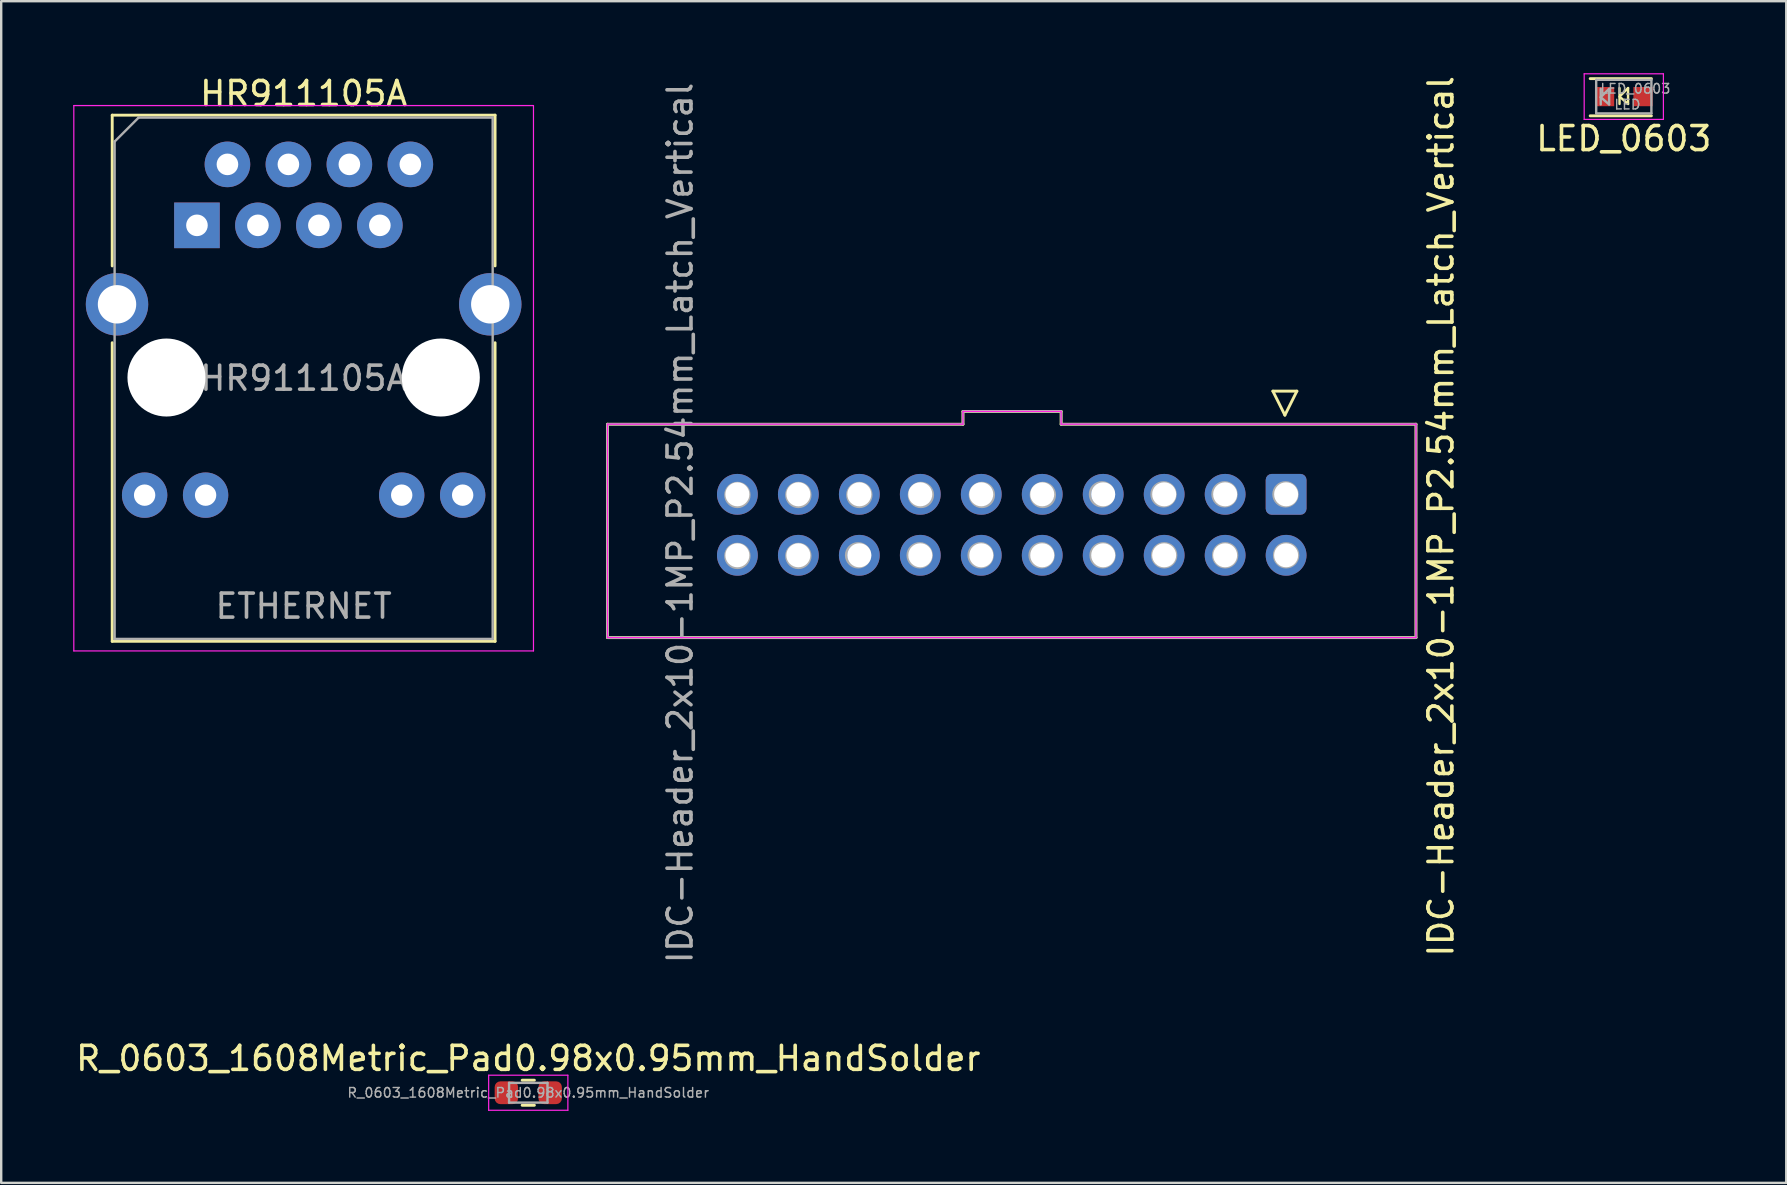
<source format=kicad_pcb>
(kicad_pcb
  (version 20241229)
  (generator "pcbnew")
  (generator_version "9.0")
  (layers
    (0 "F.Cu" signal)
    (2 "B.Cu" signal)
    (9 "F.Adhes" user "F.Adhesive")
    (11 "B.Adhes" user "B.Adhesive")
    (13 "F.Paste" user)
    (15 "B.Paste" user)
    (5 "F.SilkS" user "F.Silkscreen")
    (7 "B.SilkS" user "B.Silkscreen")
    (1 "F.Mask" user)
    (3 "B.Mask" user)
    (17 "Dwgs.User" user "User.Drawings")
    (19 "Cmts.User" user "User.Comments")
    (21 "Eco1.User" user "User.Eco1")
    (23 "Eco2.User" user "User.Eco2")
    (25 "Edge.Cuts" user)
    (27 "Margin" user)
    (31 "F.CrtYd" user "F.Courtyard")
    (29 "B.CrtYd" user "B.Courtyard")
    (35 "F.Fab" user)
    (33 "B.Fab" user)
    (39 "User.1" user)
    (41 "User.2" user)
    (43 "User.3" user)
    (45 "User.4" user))
  (footprint "LED_0603"
    (layer "F.Cu")
    (at 64.598 0.975)
    (property "Reference" "LED_0603" (at 0 1.75 0) (layer "F.SilkS") (effects (font (size 1 1) (thickness 0.15))))
    (attr smd)
    (fp_line (start -1.4 0.8) (end 1.15 0.8) (stroke (width 0.12) (type solid)) (layer "F.SilkS"))
    (fp_line (start -0.178 -0.356) (end -0.178 0.305) (stroke (width 0.1) (type solid)) (layer "F.SilkS"))
    (fp_line (start 0.178 -0.356) (end -0.152 -0.025) (stroke (width 0.1) (type solid)) (layer "F.SilkS"))
    (fp_line (start 0.178 -0.356) (end 0.178 0.305) (stroke (width 0.1) (type solid)) (layer "F.SilkS"))
    (fp_line (start 0.178 0.305) (end -0.178 0) (stroke (width 0.1) (type solid)) (layer "F.SilkS"))
    (fp_line (start 1.15 -0.75) (end -1.4 -0.75) (stroke (width 0.12) (type solid)) (layer "F.SilkS"))
    (fp_line (start -1.65 -0.95) (end 1.65 -0.95) (stroke (width 0.05) (type solid)) (layer "F.CrtYd"))
    (fp_line (start -1.65 0.95) (end -1.65 -0.95) (stroke (width 0.05) (type solid)) (layer "F.CrtYd"))
    (fp_line (start 1.65 -0.95) (end 1.65 0.95) (stroke (width 0.05) (type solid)) (layer "F.CrtYd"))
    (fp_line (start 1.65 0.95) (end -1.65 0.95) (stroke (width 0.05) (type solid)) (layer "F.CrtYd"))
    (fp_line (start -1.15 -0.7) (end 1.15 -0.7) (stroke (width 0.1) (type solid)) (layer "F.Fab"))
    (fp_line (start -1.15 0.7) (end -1.15 -0.7) (stroke (width 0.1) (type solid)) (layer "F.Fab"))
    (fp_line (start -0.961 -0.325) (end -0.961 0.325) (stroke (width 0.1) (type solid)) (layer "F.Fab"))
    (fp_line (start -0.961 0.025) (end -0.611 0.325) (stroke (width 0.1) (type solid)) (layer "F.Fab"))
    (fp_line (start -0.611 -0.325) (end -0.961 0.025) (stroke (width 0.1) (type solid)) (layer "F.Fab"))
    (fp_line (start -0.611 0.325) (end -0.611 -0.325) (stroke (width 0.1) (type solid)) (layer "F.Fab"))
    (fp_line (start 1.15 -0.7) (end 1.15 0.7) (stroke (width 0.1) (type solid)) (layer "F.Fab"))
    (fp_line (start 1.15 0.7) (end -1.15 0.7) (stroke (width 0.1) (type solid)) (layer "F.Fab"))
    (fp_text user "LED" (at 0.152 0.33 0) (layer "F.Fab") (effects (font (size 0.4 0.4) (thickness 0.06))))
    (fp_text user "${REFERENCE}" (at 0.483 -0.33 0) (layer "F.Fab") (effects (font (size 0.4 0.4) (thickness 0.06))))
    (pad "1" smd rect (at -0.8 0 180) (size 0.8 0.8) (layers "F.Cu" "F.Mask" "F.Paste"))
    (pad "2" smd rect (at 0.8 0 180) (size 0.8 0.8) (layers "F.Cu" "F.Mask" "F.Paste")))
  (footprint "HR911105A"
    (layer "F.Cu")
    (at 9.6 12.678)
    (property "Reference" "HR911105A" (at 0 -11.83 0) (layer "F.SilkS") (effects (font (size 1 1) (thickness 0.15))))
    (attr through_hole)
    (fp_line (start -7.975 -10.93) (end 7.975 -10.93) (stroke (width 0.12) (type solid)) (layer "F.SilkS"))
    (fp_line (start -7.975 -4.65) (end -7.975 -10.93) (stroke (width 0.12) (type solid)) (layer "F.SilkS"))
    (fp_line (start -7.975 10.99) (end -7.975 -1.45) (stroke (width 0.12) (type solid)) (layer "F.SilkS"))
    (fp_line (start 7.975 -10.93) (end 7.975 -4.65) (stroke (width 0.12) (type solid)) (layer "F.SilkS"))
    (fp_line (start 7.975 -1.45) (end 7.975 10.99) (stroke (width 0.12) (type solid)) (layer "F.SilkS"))
    (fp_line (start 7.975 10.99) (end -7.975 10.99) (stroke (width 0.12) (type solid)) (layer "F.SilkS"))
    (fp_line (start -9.575 -11.33) (end -9.575 11.39) (stroke (width 0.05) (type solid)) (layer "F.CrtYd"))
    (fp_line (start -9.575 11.39) (end 9.575 11.39) (stroke (width 0.05) (type solid)) (layer "F.CrtYd"))
    (fp_line (start 9.575 -11.33) (end -9.575 -11.33) (stroke (width 0.05) (type solid)) (layer "F.CrtYd"))
    (fp_line (start 9.575 11.39) (end 9.575 -11.33) (stroke (width 0.05) (type solid)) (layer "F.CrtYd"))
    (fp_line (start -7.875 -9.83) (end -6.875 -10.83) (stroke (width 0.1) (type solid)) (layer "F.Fab"))
    (fp_line (start -7.875 10.89) (end -7.875 -9.83) (stroke (width 0.1) (type solid)) (layer "F.Fab"))
    (fp_line (start -6.875 -10.83) (end 7.875 -10.83) (stroke (width 0.1) (type solid)) (layer "F.Fab"))
    (fp_line (start 7.875 -10.83) (end 7.875 10.89) (stroke (width 0.1) (type solid)) (layer "F.Fab"))
    (fp_line (start 7.875 10.89) (end -7.875 10.89) (stroke (width 0.1) (type solid)) (layer "F.Fab"))
    (fp_text user "${REFERENCE}" (at 0 0.03 0) (layer "F.Fab") (effects (font (size 1 1) (thickness 0.15))))
    (fp_text user "ETHERNET" (at 0 9.525 0) (layer "F.Fab") (effects (font (size 1 1) (thickness 0.15))))
    (pad "" np_thru_hole circle (at -5.715 0) (size 3.25 3.25) (drill 3.25) (layers "*.Cu" "*.Mask"))
    (pad "" np_thru_hole circle (at 5.715 0) (size 3.25 3.25) (drill 3.25) (layers "*.Cu" "*.Mask"))
    (pad "1" thru_hole rect (at -4.445 -6.34) (size 1.9 1.9) (drill 0.9) (layers "*.Cu" "*.Mask"))
    (pad "2" thru_hole circle (at -3.175 -8.88) (size 1.9 1.9) (drill 0.9) (layers "*.Cu" "*.Mask"))
    (pad "3" thru_hole circle (at -1.905 -6.34) (size 1.9 1.9) (drill 0.9) (layers "*.Cu" "*.Mask"))
    (pad "4" thru_hole circle (at -0.635 -8.88) (size 1.9 1.9) (drill 0.9) (layers "*.Cu" "*.Mask"))
    (pad "5" thru_hole circle (at 0.635 -6.34) (size 1.9 1.9) (drill 0.9) (layers "*.Cu" "*.Mask"))
    (pad "6" thru_hole circle (at 1.905 -8.88) (size 1.9 1.9) (drill 0.9) (layers "*.Cu" "*.Mask"))
    (pad "7" thru_hole circle (at 3.175 -6.34) (size 1.9 1.9) (drill 0.9) (layers "*.Cu" "*.Mask"))
    (pad "8" thru_hole circle (at -7.775 -3.05) (size 2.6 2.6) (drill 1.6) (layers "*.Cu" "*.Mask"))
    (pad "8" thru_hole circle (at 4.445 -8.88) (size 1.9 1.9) (drill 0.9) (layers "*.Cu" "*.Mask"))
    (pad "8" thru_hole circle (at 7.775 -3.05) (size 2.6 2.6) (drill 1.6) (layers "*.Cu" "*.Mask"))
    (pad "9" thru_hole circle (at -6.625 4.9) (size 1.89 1.89) (drill 0.89) (layers "*.Cu" "*.Mask"))
    (pad "10" thru_hole circle (at -4.085 4.9) (size 1.89 1.89) (drill 0.89) (layers "*.Cu" "*.Mask"))
    (pad "11" thru_hole circle (at 4.085 4.9) (size 1.89 1.89) (drill 0.89) (layers "*.Cu" "*.Mask"))
    (pad "12" thru_hole circle (at 6.625 4.9) (size 1.89 1.89) (drill 0.89) (layers "*.Cu" "*.Mask")))
  (footprint "IDC-Header_2x10-1MP_P2.54mm_Latch_Vertical"
    (layer "F.Cu")
    (at 39.049 18.662)
    (property "Reference" "IDC-Header_2x10-1MP_P2.54mm_Latch_Vertical" (at 17.932 -0.203 270) (layer "F.SilkS") (effects (font (size 1 1) (thickness 0.15))))
    (attr through_hole)
    (fp_line (start -16.789 -4.039) (end -16.789 4.851) (stroke (width 0.12) (type solid)) (layer "F.SilkS"))
    (fp_line (start -16.789 4.851) (end 16.891 4.851) (stroke (width 0.12) (type solid)) (layer "F.SilkS"))
    (fp_line (start -1.981 -4.572) (end 2.108 -4.572) (stroke (width 0.12) (type solid)) (layer "F.SilkS"))
    (fp_line (start -1.981 -4.039) (end -16.789 -4.039) (stroke (width 0.12) (type solid)) (layer "F.SilkS"))
    (fp_line (start -1.981 -4.039) (end -1.981 -4.572) (stroke (width 0.12) (type solid)) (layer "F.SilkS"))
    (fp_line (start 2.108 -4.039) (end 2.108 -4.572) (stroke (width 0.12) (type solid)) (layer "F.SilkS"))
    (fp_line (start 10.93 -5.417) (end 11.43 -4.417) (stroke (width 0.12) (type solid)) (layer "F.SilkS"))
    (fp_line (start 11.43 -4.417) (end 11.93 -5.417) (stroke (width 0.12) (type solid)) (layer "F.SilkS"))
    (fp_line (start 11.93 -5.417) (end 10.93 -5.417) (stroke (width 0.12) (type solid)) (layer "F.SilkS"))
    (fp_line (start 16.891 -4.039) (end 2.108 -4.039) (stroke (width 0.12) (type solid)) (layer "F.SilkS"))
    (fp_line (start 16.891 4.851) (end 16.891 -4.039) (stroke (width 0.12) (type solid)) (layer "F.SilkS"))
    (fp_line (start -16.789 -4.039) (end -1.981 -4.039) (stroke (width 0.05) (type solid)) (layer "F.CrtYd"))
    (fp_line (start -16.789 4.851) (end -16.789 -4.039) (stroke (width 0.05) (type solid)) (layer "F.CrtYd"))
    (fp_line (start -1.981 -4.572) (end 2.108 -4.572) (stroke (width 0.05) (type solid)) (layer "F.CrtYd"))
    (fp_line (start -1.981 -4.039) (end -1.981 -4.572) (stroke (width 0.05) (type solid)) (layer "F.CrtYd"))
    (fp_line (start 2.108 -4.572) (end 2.108 -4.039) (stroke (width 0.05) (type solid)) (layer "F.CrtYd"))
    (fp_line (start 2.108 -4.039) (end 16.891 -4.039) (stroke (width 0.05) (type solid)) (layer "F.CrtYd"))
    (fp_line (start 16.891 -4.039) (end 16.891 4.851) (stroke (width 0.05) (type solid)) (layer "F.CrtYd"))
    (fp_line (start 16.891 4.851) (end -16.789 4.851) (stroke (width 0.05) (type solid)) (layer "F.CrtYd"))
    (fp_line (start -16.789 -4.039) (end -1.981 -4.039) (stroke (width 0.1) (type solid)) (layer "F.Fab"))
    (fp_line (start -16.789 4.851) (end -16.789 -4.039) (stroke (width 0.1) (type solid)) (layer "F.Fab"))
    (fp_line (start -1.981 -4.572) (end 2.108 -4.572) (stroke (width 0.1) (type solid)) (layer "F.Fab"))
    (fp_line (start -1.981 -4.039) (end -1.981 -4.572) (stroke (width 0.1) (type solid)) (layer "F.Fab"))
    (fp_line (start 2.108 -4.572) (end 2.108 -4.039) (stroke (width 0.1) (type solid)) (layer "F.Fab"))
    (fp_line (start 2.108 -4.039) (end 16.891 -4.039) (stroke (width 0.1) (type solid)) (layer "F.Fab"))
    (fp_line (start 16.891 -4.039) (end 16.891 4.851) (stroke (width 0.1) (type solid)) (layer "F.Fab"))
    (fp_line (start 16.891 4.851) (end -16.789 4.851) (stroke (width 0.1) (type solid)) (layer "F.Fab"))
    (fp_circle (center -11.379 -1.092) (end -11.879 -1.092) (stroke (width 0.1) (type solid)) (fill no) (layer "F.Fab"))
    (fp_circle (center -11.379 1.448) (end -11.879 1.448) (stroke (width 0.1) (type solid)) (fill no) (layer "F.Fab"))
    (fp_circle (center -8.839 -1.092) (end -9.339 -1.092) (stroke (width 0.1) (type solid)) (fill no) (layer "F.Fab"))
    (fp_circle (center -8.839 1.448) (end -9.339 1.448) (stroke (width 0.1) (type solid)) (fill no) (layer "F.Fab"))
    (fp_circle (center -6.35 1.422) (end -6.85 1.422) (stroke (width 0.1) (type solid)) (fill no) (layer "F.Fab"))
    (fp_circle (center -6.299 -1.092) (end -6.799 -1.092) (stroke (width 0.1) (type solid)) (fill no) (layer "F.Fab"))
    (fp_circle (center -3.785 1.422) (end -4.285 1.422) (stroke (width 0.1) (type solid)) (fill no) (layer "F.Fab"))
    (fp_circle (center -3.734 -1.092) (end -4.234 -1.092) (stroke (width 0.1) (type solid)) (fill no) (layer "F.Fab"))
    (fp_circle (center -1.245 1.422) (end -1.745 1.422) (stroke (width 0.1) (type solid)) (fill no) (layer "F.Fab"))
    (fp_circle (center -1.194 -1.092) (end -1.694 -1.092) (stroke (width 0.1) (type solid)) (fill no) (layer "F.Fab"))
    (fp_circle (center 1.295 1.422) (end 0.795 1.422) (stroke (width 0.1) (type solid)) (fill no) (layer "F.Fab"))
    (fp_circle (center 1.346 -1.092) (end 0.846 -1.092) (stroke (width 0.1) (type solid)) (fill no) (layer "F.Fab"))
    (fp_circle (center 3.81 -1.118) (end 3.31 -1.118) (stroke (width 0.1) (type solid)) (fill no) (layer "F.Fab"))
    (fp_circle (center 3.835 1.422) (end 3.335 1.422) (stroke (width 0.1) (type solid)) (fill no) (layer "F.Fab"))
    (fp_circle (center 6.375 -1.118) (end 5.875 -1.118) (stroke (width 0.1) (type solid)) (fill no) (layer "F.Fab"))
    (fp_circle (center 6.401 1.422) (end 5.901 1.422) (stroke (width 0.1) (type solid)) (fill no) (layer "F.Fab"))
    (fp_circle (center 8.915 -1.118) (end 8.415 -1.118) (stroke (width 0.1) (type solid)) (fill no) (layer "F.Fab"))
    (fp_circle (center 8.941 1.422) (end 8.441 1.422) (stroke (width 0.1) (type solid)) (fill no) (layer "F.Fab"))
    (fp_circle (center 11.455 -1.118) (end 10.955 -1.118) (stroke (width 0.1) (type solid)) (fill no) (layer "F.Fab"))
    (fp_circle (center 11.481 1.422) (end 10.981 1.422) (stroke (width 0.1) (type solid)) (fill no) (layer "F.Fab"))
    (fp_text user "${REFERENCE}" (at -13.767 0.076 90) (layer "F.Fab") (effects (font (size 1 1) (thickness 0.15))))
    (pad "1" thru_hole roundrect (at 11.481 -1.118 270) (size 1.7 1.7) (drill 1) (layers "*.Cu" "*.Mask") (roundrect_rratio 0.147))
    (pad "2" thru_hole circle (at 11.481 1.422 270) (size 1.7 1.7) (drill 1) (layers "*.Cu" "*.Mask"))
    (pad "3" thru_hole circle (at 8.941 -1.118 270) (size 1.7 1.7) (drill 1) (layers "*.Cu" "*.Mask"))
    (pad "4" thru_hole circle (at 8.941 1.422 270) (size 1.7 1.7) (drill 1) (layers "*.Cu" "*.Mask"))
    (pad "5" thru_hole circle (at 6.401 -1.118 270) (size 1.7 1.7) (drill 1) (layers "*.Cu" "*.Mask"))
    (pad "6" thru_hole circle (at 6.401 1.422 270) (size 1.7 1.7) (drill 1) (layers "*.Cu" "*.Mask"))
    (pad "7" thru_hole circle (at 3.861 -1.118 270) (size 1.7 1.7) (drill 1) (layers "*.Cu" "*.Mask"))
    (pad "8" thru_hole circle (at 3.861 1.422 270) (size 1.7 1.7) (drill 1) (layers "*.Cu" "*.Mask"))
    (pad "9" thru_hole circle (at 1.321 -1.118 270) (size 1.7 1.7) (drill 1) (layers "*.Cu" "*.Mask"))
    (pad "10" thru_hole circle (at 1.321 1.422 270) (size 1.7 1.7) (drill 1) (layers "*.Cu" "*.Mask"))
    (pad "11" thru_hole circle (at -1.219 -1.118 270) (size 1.7 1.7) (drill 1) (layers "*.Cu" "*.Mask"))
    (pad "12" thru_hole circle (at -1.219 1.422 270) (size 1.7 1.7) (drill 1) (layers "*.Cu" "*.Mask"))
    (pad "13" thru_hole circle (at -3.759 -1.118 270) (size 1.7 1.7) (drill 1) (layers "*.Cu" "*.Mask"))
    (pad "14" thru_hole circle (at -3.759 1.422 270) (size 1.7 1.7) (drill 1) (layers "*.Cu" "*.Mask"))
    (pad "15" thru_hole circle (at -6.299 -1.118 270) (size 1.7 1.7) (drill 1) (layers "*.Cu" "*.Mask"))
    (pad "16" thru_hole circle (at -6.299 1.422 270) (size 1.7 1.7) (drill 1) (layers "*.Cu" "*.Mask"))
    (pad "17" thru_hole circle (at -8.839 -1.118 270) (size 1.7 1.7) (drill 1) (layers "*.Cu" "*.Mask"))
    (pad "18" thru_hole circle (at -8.839 1.422 270) (size 1.7 1.7) (drill 1) (layers "*.Cu" "*.Mask"))
    (pad "19" thru_hole circle (at -11.379 -1.118 270) (size 1.7 1.7) (drill 1) (layers "*.Cu" "*.Mask"))
    (pad "20" thru_hole circle (at -11.379 1.422 270) (size 1.7 1.7) (drill 1) (layers "*.Cu" "*.Mask")))
  (footprint "R_0603_1608Metric_Pad0.98x0.95mm_HandSolder"
    (layer "F.Cu")
    (at 18.958 42.474)
    (property "Reference" "R_0603_1608Metric_Pad0.98x0.95mm_HandSolder" (at 0 -1.43 0) (layer "F.SilkS") (effects (font (size 1 1) (thickness 0.15))))
    (attr smd)
    (fp_line (start -0.255 -0.522) (end 0.255 -0.522) (stroke (width 0.12) (type solid)) (layer "F.SilkS"))
    (fp_line (start -0.255 0.522) (end 0.255 0.522) (stroke (width 0.12) (type solid)) (layer "F.SilkS"))
    (fp_line (start -1.65 -0.73) (end 1.65 -0.73) (stroke (width 0.05) (type solid)) (layer "F.CrtYd"))
    (fp_line (start -1.65 0.73) (end -1.65 -0.73) (stroke (width 0.05) (type solid)) (layer "F.CrtYd"))
    (fp_line (start 1.65 -0.73) (end 1.65 0.73) (stroke (width 0.05) (type solid)) (layer "F.CrtYd"))
    (fp_line (start 1.65 0.73) (end -1.65 0.73) (stroke (width 0.05) (type solid)) (layer "F.CrtYd"))
    (fp_line (start -0.8 -0.412) (end 0.8 -0.412) (stroke (width 0.1) (type solid)) (layer "F.Fab"))
    (fp_line (start -0.8 0.412) (end -0.8 -0.412) (stroke (width 0.1) (type solid)) (layer "F.Fab"))
    (fp_line (start 0.8 -0.412) (end 0.8 0.412) (stroke (width 0.1) (type solid)) (layer "F.Fab"))
    (fp_line (start 0.8 0.412) (end -0.8 0.412) (stroke (width 0.1) (type solid)) (layer "F.Fab"))
    (fp_text user "${REFERENCE}" (at 0 0 0) (layer "F.Fab") (effects (font (size 0.4 0.4) (thickness 0.06))))
    (pad "1" smd roundrect (at -0.912 0) (size 0.975 0.95) (layers "F.Cu" "F.Mask" "F.Paste") (roundrect_rratio 0.25))
    (pad "2" smd roundrect (at 0.912 0) (size 0.975 0.95) (layers "F.Cu" "F.Mask" "F.Paste") (roundrect_rratio 0.25)))
  (gr_rect
    (start -3 -3)
    (end 71.366 46.229)
    (stroke (width 0.1) (type default))
    (fill no)
    (layer "Edge.Cuts")))
</source>
